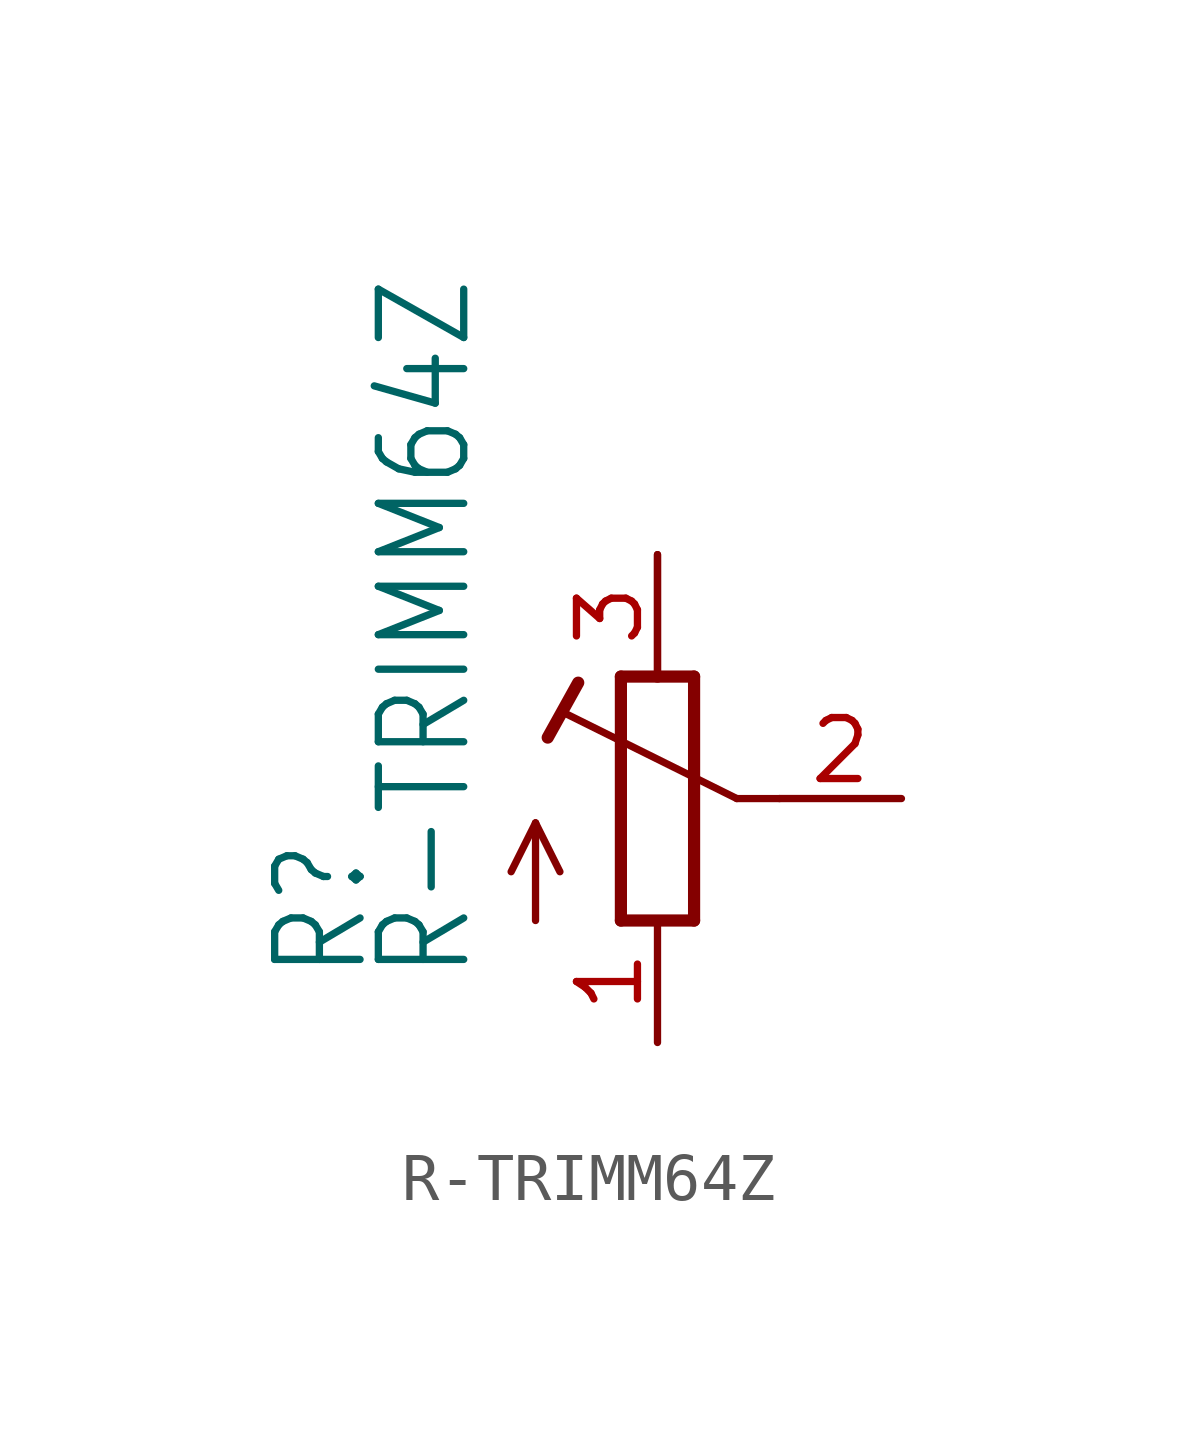
<source format=kicad_sym>
(kicad_symbol_lib
  (version 20220331)
  (generator kicad_symbol_editor)
  (symbol "R-TRIMM64Z"
    (property "Reference" "R"
      (at -5.969 -3.81 90)
      (effects (font (size 1.778 1.511)) (justify left bottom)))
    (property "Value" "R-TRIMM64Z"
      (at -3.81 -3.81 90)
      (effects (font (size 1.778 1.511)) (justify left bottom)))
    (property "ki_locked" ""
      (at 0 0 0)
      (effects (font (size 1.27 1.27))))
    (symbol "R-TRIMM64Z_1_0"
      (polyline (pts (xy -2.54 -2.54) (xy -2.54 -0.508)) (stroke (width 0.152) (type solid)) (fill (type none)))
      (polyline (pts (xy -2.54 -0.508) (xy -3.048 -1.524)) (stroke (width 0.152) (type solid)) (fill (type none)))
      (polyline (pts (xy -2.54 -0.508) (xy -2.032 -1.524)) (stroke (width 0.152) (type solid)) (fill (type none)))
      (polyline (pts (xy -2.286 1.27) (xy -1.651 2.413)) (stroke (width 0.254) (type solid)) (fill (type none)))
      (polyline (pts (xy -0.762 -2.54) (xy 0.762 -2.54)) (stroke (width 0.254) (type solid)) (fill (type none)))
      (polyline (pts (xy -0.762 2.54) (xy -0.762 -2.54)) (stroke (width 0.254) (type solid)) (fill (type none)))
      (polyline (pts (xy 0 2.54) (xy -0.762 2.54)) (stroke (width 0.254) (type solid)) (fill (type none)))
      (polyline (pts (xy 0 2.54) (xy 0 5.08)) (stroke (width 0.152) (type solid)) (fill (type none)))
      (polyline (pts (xy 0.762 -2.54) (xy 0.762 2.54)) (stroke (width 0.254) (type solid)) (fill (type none)))
      (polyline (pts (xy 0.762 2.54) (xy 0 2.54)) (stroke (width 0.254) (type solid)) (fill (type none)))
      (polyline (pts (xy 1.651 0) (xy -1.88 1.753)) (stroke (width 0.152) (type solid)) (fill (type none)))
      (polyline (pts (xy 2.54 0) (xy 1.651 0)) (stroke (width 0.152) (type solid)) (fill (type none)))
      (pin passive line (at 0 -5.08 90) (length 2.54) (name "E" (effects (font (size 0 0)))) (number "1" (effects (font (size 1.27 1.27)))))
      (pin passive line (at 5.08 0 180) (length 2.54) (name "S" (effects (font (size 0 0)))) (number "2" (effects (font (size 1.27 1.27)))))
      (pin passive line (at 0 5.08 270) (length 2.54) (name "A" (effects (font (size 0 0)))) (number "3" (effects (font (size 1.27 1.27))))))))
</source>
